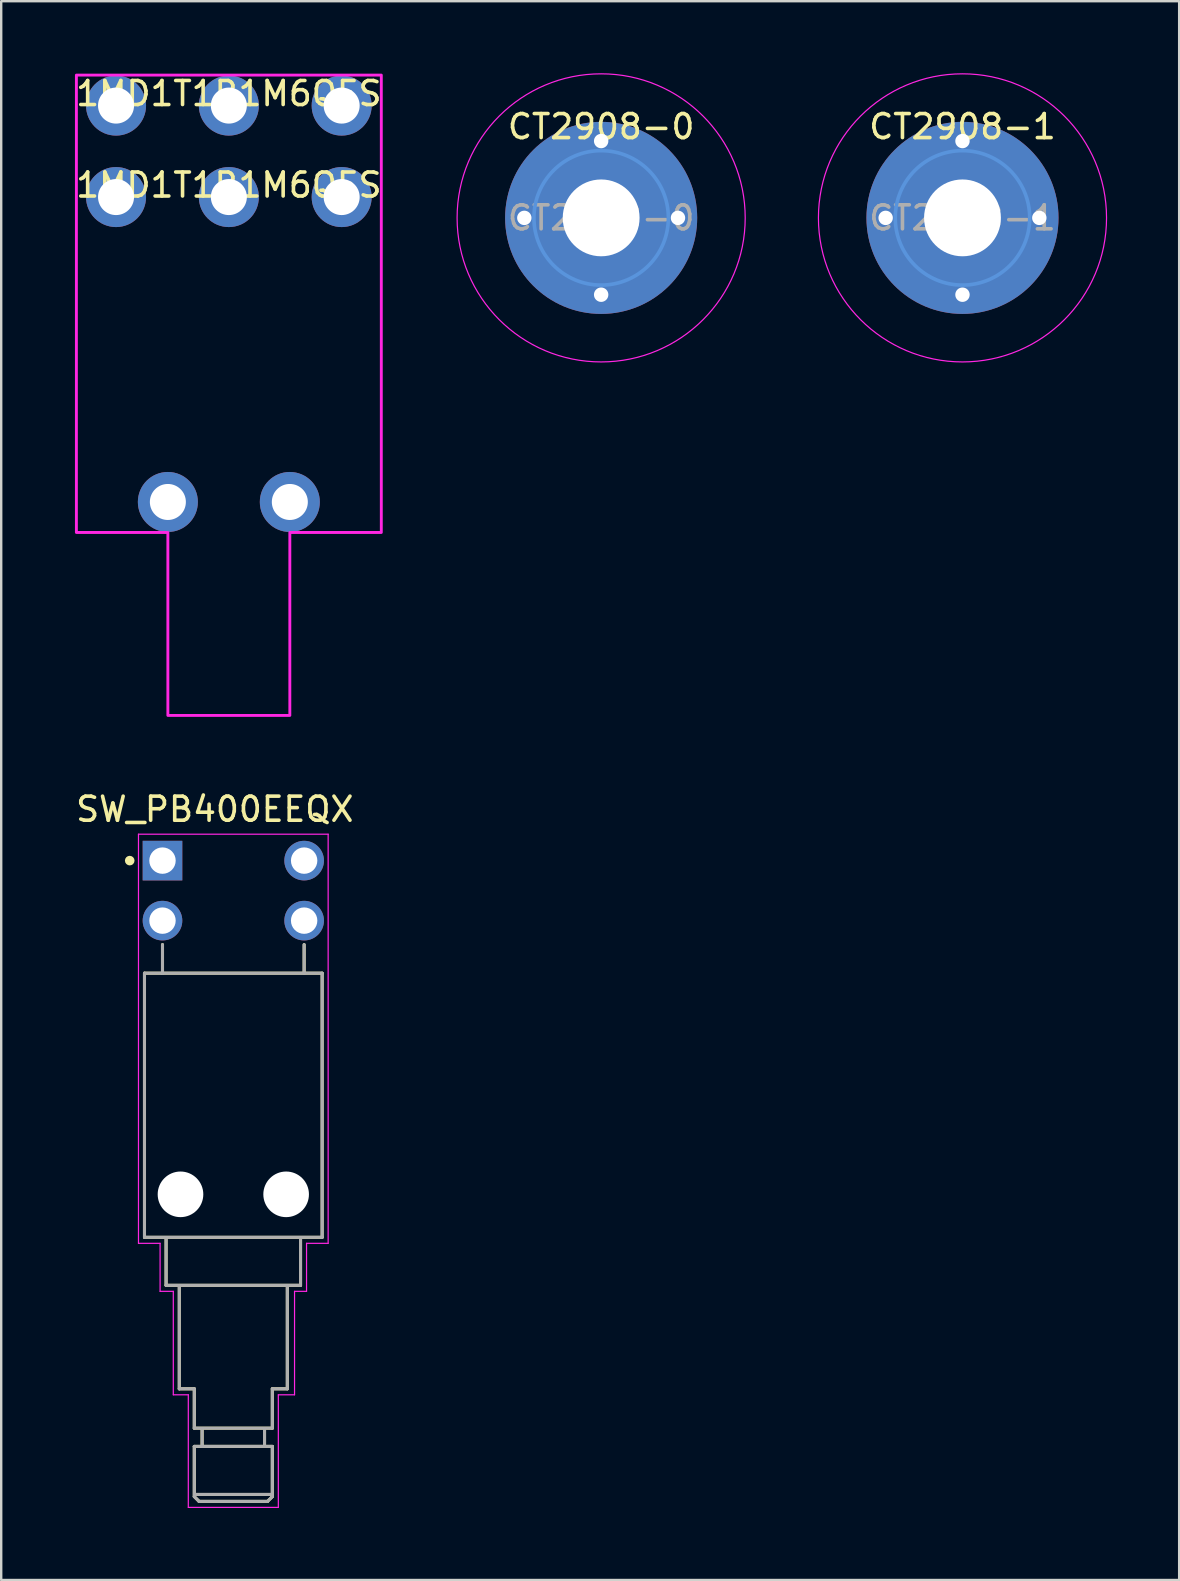
<source format=kicad_pcb>
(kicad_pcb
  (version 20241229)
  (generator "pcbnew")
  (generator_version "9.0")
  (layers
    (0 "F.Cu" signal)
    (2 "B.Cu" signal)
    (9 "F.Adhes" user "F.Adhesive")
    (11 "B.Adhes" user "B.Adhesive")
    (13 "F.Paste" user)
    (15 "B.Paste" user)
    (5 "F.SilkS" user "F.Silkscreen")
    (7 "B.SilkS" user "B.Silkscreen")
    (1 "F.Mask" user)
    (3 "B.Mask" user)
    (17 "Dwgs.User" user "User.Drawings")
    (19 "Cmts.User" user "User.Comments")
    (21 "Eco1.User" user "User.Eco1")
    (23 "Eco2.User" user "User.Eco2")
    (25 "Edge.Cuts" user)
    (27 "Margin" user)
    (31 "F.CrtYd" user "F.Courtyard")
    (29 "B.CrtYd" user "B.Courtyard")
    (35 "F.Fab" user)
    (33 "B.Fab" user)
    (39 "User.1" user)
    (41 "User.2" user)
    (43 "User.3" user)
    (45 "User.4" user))
  (footprint "CT2908-0"
    (layer "F.Cu")
    (at 21.989 6.025)
    (property "Reference" "CT2908-0" (at 0 -3.8 0) (layer "F.SilkS") (effects (font (size 1 1) (thickness 0.15))))
    (attr exclude_from_pos_files exclude_from_bom)
    (fp_circle (center 0 0) (end 2.8 0) (stroke (width 0.15) (type solid)) (fill no) (layer "Cmts.User"))
    (fp_circle (center 0 0) (end 6 0) (stroke (width 0.05) (type solid)) (fill no) (layer "F.CrtYd"))
    (fp_text user "${REFERENCE}" (at 0 0 0) (layer "F.Fab") (effects (font (size 1 1) (thickness 0.15))))
    (pad "1" thru_hole circle (at -3.2 0) (size 1.524 1.524) (drill 0.6) (layers "*.Cu" "*.Mask"))
    (pad "1" thru_hole circle (at 0 -3.2) (size 1.524 1.524) (drill 0.6) (layers "*.Cu" "*.Mask"))
    (pad "1" thru_hole circle (at 0 0) (size 8 8) (drill 3.2) (layers "*.Cu" "*.Mask"))
    (pad "1" thru_hole circle (at 0 3.2) (size 1.524 1.524) (drill 0.6) (layers "*.Cu" "*.Mask"))
    (pad "1" thru_hole circle (at 3.2 0) (size 1.524 1.524) (drill 0.6) (layers "*.Cu" "*.Mask")))
  (footprint "SW_PB400EEQX"
    (layer "F.Cu")
    (at 3.718 32.796)
    (property "Reference" "SW_PB400EEQX" (at 2.179 -2.139 0) (layer "F.SilkS") (effects (font (size 1.002 1.002) (thickness 0.15))))
    (attr through_hole)
    (fp_line (start -0.75 4.69) (end 0 4.69) (stroke (width 0.127) (type solid)) (layer "F.SilkS"))
    (fp_line (start -0.75 15.69) (end -0.75 4.69) (stroke (width 0.127) (type solid)) (layer "F.SilkS"))
    (fp_line (start 0 3.5) (end 0 4.69) (stroke (width 0.127) (type solid)) (layer "F.SilkS"))
    (fp_line (start 0 4.69) (end 5.9 4.69) (stroke (width 0.127) (type solid)) (layer "F.SilkS"))
    (fp_line (start 0.15 17.69) (end 0.15 15.7) (stroke (width 0.127) (type solid)) (layer "F.SilkS"))
    (fp_line (start 0.7 22) (end 0.7 17.7) (stroke (width 0.127) (type solid)) (layer "F.SilkS"))
    (fp_line (start 1.325 22) (end 0.7 22) (stroke (width 0.127) (type solid)) (layer "F.SilkS"))
    (fp_line (start 1.325 23.64) (end 1.325 22) (stroke (width 0.127) (type solid)) (layer "F.SilkS"))
    (fp_line (start 1.325 24.4) (end 1.325 26.49) (stroke (width 0.127) (type solid)) (layer "F.SilkS"))
    (fp_line (start 1.325 26.49) (end 1.525 26.69) (stroke (width 0.127) (type solid)) (layer "F.SilkS"))
    (fp_line (start 1.525 26.69) (end 4.375 26.69) (stroke (width 0.127) (type solid)) (layer "F.SilkS"))
    (fp_line (start 1.65 23.7) (end 1.65 24.4) (stroke (width 0.127) (type solid)) (layer "F.SilkS"))
    (fp_line (start 1.65 24.4) (end 1.325 24.4) (stroke (width 0.127) (type solid)) (layer "F.SilkS"))
    (fp_line (start 4.25 23.7) (end 4.25 24.4) (stroke (width 0.127) (type solid)) (layer "F.SilkS"))
    (fp_line (start 4.25 24.4) (end 1.65 24.4) (stroke (width 0.127) (type solid)) (layer "F.SilkS"))
    (fp_line (start 4.375 26.69) (end 4.575 26.49) (stroke (width 0.127) (type solid)) (layer "F.SilkS"))
    (fp_line (start 4.55 26.4) (end 1.35 26.4) (stroke (width 0.127) (type solid)) (layer "F.SilkS"))
    (fp_line (start 4.575 22) (end 4.575 23.64) (stroke (width 0.127) (type solid)) (layer "F.SilkS"))
    (fp_line (start 4.575 23.64) (end 1.325 23.64) (stroke (width 0.127) (type solid)) (layer "F.SilkS"))
    (fp_line (start 4.575 24.4) (end 4.25 24.4) (stroke (width 0.127) (type solid)) (layer "F.SilkS"))
    (fp_line (start 4.575 26.49) (end 4.575 24.4) (stroke (width 0.127) (type solid)) (layer "F.SilkS"))
    (fp_line (start 5.2 17.7) (end 5.2 22) (stroke (width 0.127) (type solid)) (layer "F.SilkS"))
    (fp_line (start 5.2 22) (end 4.575 22) (stroke (width 0.127) (type solid)) (layer "F.SilkS"))
    (fp_line (start 5.75 15.7) (end 5.75 17.69) (stroke (width 0.127) (type solid)) (layer "F.SilkS"))
    (fp_line (start 5.75 17.69) (end 0.15 17.69) (stroke (width 0.127) (type solid)) (layer "F.SilkS"))
    (fp_line (start 5.9 4.69) (end 5.9 3.5) (stroke (width 0.127) (type solid)) (layer "F.SilkS"))
    (fp_line (start 5.9 4.69) (end 6.65 4.69) (stroke (width 0.127) (type solid)) (layer "F.SilkS"))
    (fp_line (start 6.65 4.69) (end 6.65 15.69) (stroke (width 0.127) (type solid)) (layer "F.SilkS"))
    (fp_line (start 6.65 15.69) (end -0.75 15.69) (stroke (width 0.127) (type solid)) (layer "F.SilkS"))
    (fp_circle (center -1.365 0) (end -1.265 0) (stroke (width 0.2) (type solid)) (fill no) (layer "F.SilkS"))
    (fp_line (start -1 -1.1) (end 6.9 -1.1) (stroke (width 0.05) (type solid)) (layer "F.CrtYd"))
    (fp_line (start -1 15.94) (end -1 -1.1) (stroke (width 0.05) (type solid)) (layer "F.CrtYd"))
    (fp_line (start -0.1 15.94) (end -1 15.94) (stroke (width 0.05) (type solid)) (layer "F.CrtYd"))
    (fp_line (start -0.1 17.94) (end -0.1 15.94) (stroke (width 0.05) (type solid)) (layer "F.CrtYd"))
    (fp_line (start 0.45 17.94) (end -0.1 17.94) (stroke (width 0.05) (type solid)) (layer "F.CrtYd"))
    (fp_line (start 0.45 22.25) (end 0.45 17.94) (stroke (width 0.05) (type solid)) (layer "F.CrtYd"))
    (fp_line (start 1.075 22.25) (end 0.45 22.25) (stroke (width 0.05) (type solid)) (layer "F.CrtYd"))
    (fp_line (start 1.075 26.94) (end 1.075 22.25) (stroke (width 0.05) (type solid)) (layer "F.CrtYd"))
    (fp_line (start 4.825 22.25) (end 4.825 26.94) (stroke (width 0.05) (type solid)) (layer "F.CrtYd"))
    (fp_line (start 4.825 26.94) (end 1.075 26.94) (stroke (width 0.05) (type solid)) (layer "F.CrtYd"))
    (fp_line (start 5.5 17.94) (end 5.5 22.25) (stroke (width 0.05) (type solid)) (layer "F.CrtYd"))
    (fp_line (start 5.5 22.25) (end 4.825 22.25) (stroke (width 0.05) (type solid)) (layer "F.CrtYd"))
    (fp_line (start 6 15.94) (end 6 17.94) (stroke (width 0.05) (type solid)) (layer "F.CrtYd"))
    (fp_line (start 6 17.94) (end 5.5 17.94) (stroke (width 0.05) (type solid)) (layer "F.CrtYd"))
    (fp_line (start 6.9 -1.1) (end 6.9 15.94) (stroke (width 0.05) (type solid)) (layer "F.CrtYd"))
    (fp_line (start 6.9 15.94) (end 6 15.94) (stroke (width 0.05) (type solid)) (layer "F.CrtYd"))
    (fp_line (start -0.75 4.69) (end 0 4.69) (stroke (width 0.127) (type solid)) (layer "F.Fab"))
    (fp_line (start -0.75 15.69) (end -0.75 4.69) (stroke (width 0.127) (type solid)) (layer "F.Fab"))
    (fp_line (start 0 3.5) (end 0 4.69) (stroke (width 0.127) (type solid)) (layer "F.Fab"))
    (fp_line (start 0 4.69) (end 5.9 4.69) (stroke (width 0.127) (type solid)) (layer "F.Fab"))
    (fp_line (start 0.15 17.69) (end 0.15 15.7) (stroke (width 0.127) (type solid)) (layer "F.Fab"))
    (fp_line (start 0.7 22) (end 0.7 17.7) (stroke (width 0.127) (type solid)) (layer "F.Fab"))
    (fp_line (start 1.325 22) (end 0.7 22) (stroke (width 0.127) (type solid)) (layer "F.Fab"))
    (fp_line (start 1.325 23.64) (end 1.325 22) (stroke (width 0.127) (type solid)) (layer "F.Fab"))
    (fp_line (start 1.325 24.4) (end 1.325 26.49) (stroke (width 0.127) (type solid)) (layer "F.Fab"))
    (fp_line (start 1.325 26.49) (end 1.525 26.69) (stroke (width 0.127) (type solid)) (layer "F.Fab"))
    (fp_line (start 1.525 26.69) (end 4.375 26.69) (stroke (width 0.127) (type solid)) (layer "F.Fab"))
    (fp_line (start 1.65 23.7) (end 1.65 24.4) (stroke (width 0.127) (type solid)) (layer "F.Fab"))
    (fp_line (start 1.65 24.4) (end 1.325 24.4) (stroke (width 0.127) (type solid)) (layer "F.Fab"))
    (fp_line (start 4.25 23.7) (end 4.25 24.4) (stroke (width 0.127) (type solid)) (layer "F.Fab"))
    (fp_line (start 4.25 24.4) (end 1.65 24.4) (stroke (width 0.127) (type solid)) (layer "F.Fab"))
    (fp_line (start 4.375 26.69) (end 4.575 26.49) (stroke (width 0.127) (type solid)) (layer "F.Fab"))
    (fp_line (start 4.55 26.4) (end 1.35 26.4) (stroke (width 0.127) (type solid)) (layer "F.Fab"))
    (fp_line (start 4.575 22) (end 4.575 23.64) (stroke (width 0.127) (type solid)) (layer "F.Fab"))
    (fp_line (start 4.575 23.64) (end 1.325 23.64) (stroke (width 0.127) (type solid)) (layer "F.Fab"))
    (fp_line (start 4.575 24.4) (end 4.25 24.4) (stroke (width 0.127) (type solid)) (layer "F.Fab"))
    (fp_line (start 4.575 26.49) (end 4.575 24.4) (stroke (width 0.127) (type solid)) (layer "F.Fab"))
    (fp_line (start 5.2 17.7) (end 5.2 22) (stroke (width 0.127) (type solid)) (layer "F.Fab"))
    (fp_line (start 5.2 22) (end 4.575 22) (stroke (width 0.127) (type solid)) (layer "F.Fab"))
    (fp_line (start 5.75 15.7) (end 5.75 17.69) (stroke (width 0.127) (type solid)) (layer "F.Fab"))
    (fp_line (start 5.75 17.69) (end 0.15 17.69) (stroke (width 0.127) (type solid)) (layer "F.Fab"))
    (fp_line (start 5.9 4.69) (end 5.9 3.5) (stroke (width 0.127) (type solid)) (layer "F.Fab"))
    (fp_line (start 5.9 4.69) (end 6.65 4.69) (stroke (width 0.127) (type solid)) (layer "F.Fab"))
    (fp_line (start 6.65 4.69) (end 6.65 15.69) (stroke (width 0.127) (type solid)) (layer "F.Fab"))
    (fp_line (start 6.65 15.69) (end -0.75 15.69) (stroke (width 0.127) (type solid)) (layer "F.Fab"))
    (pad "" np_thru_hole circle (at 0.75 13.9) (size 1.9 1.9) (drill 1.9) (layers "*.Cu" "*.Mask"))
    (pad "" np_thru_hole circle (at 5.15 13.9) (size 1.9 1.9) (drill 1.9) (layers "*.Cu" "*.Mask"))
    (pad "1" thru_hole rect (at 0 0) (size 1.65 1.65) (drill 1.1) (layers "*.Cu" "*.Mask"))
    (pad "2" thru_hole circle (at 0 2.5) (size 1.65 1.65) (drill 1.1) (layers "*.Cu" "*.Mask"))
    (pad "3" thru_hole circle (at 5.9 0) (size 1.65 1.65) (drill 1.1) (layers "*.Cu" "*.Mask"))
    (pad "4" thru_hole circle (at 5.9 2.5) (size 1.65 1.65) (drill 1.1) (layers "*.Cu" "*.Mask")))
  (footprint "CT2908-1"
    (layer "F.Cu")
    (at 37.039 6.025)
    (property "Reference" "CT2908-1" (at 0 -3.8 0) (layer "F.SilkS") (effects (font (size 1 1) (thickness 0.15))))
    (attr exclude_from_pos_files exclude_from_bom)
    (fp_circle (center 0 0) (end 2.8 0) (stroke (width 0.15) (type solid)) (fill no) (layer "Cmts.User"))
    (fp_circle (center 0 0) (end 6 0) (stroke (width 0.05) (type solid)) (fill no) (layer "F.CrtYd"))
    (fp_text user "${REFERENCE}" (at 0 0 0) (layer "F.Fab") (effects (font (size 1 1) (thickness 0.15))))
    (pad "1" thru_hole circle (at -3.2 0) (size 1.524 1.524) (drill 0.6) (layers "*.Cu" "*.Mask"))
    (pad "1" thru_hole circle (at 0 -3.2) (size 1.524 1.524) (drill 0.6) (layers "*.Cu" "*.Mask"))
    (pad "1" thru_hole circle (at 0 0) (size 8 8) (drill 3.2) (layers "*.Cu" "*.Mask"))
    (pad "1" thru_hole circle (at 0 3.2) (size 1.524 1.524) (drill 0.6) (layers "*.Cu" "*.Mask"))
    (pad "1" thru_hole circle (at 3.2 0) (size 1.524 1.524) (drill 0.6) (layers "*.Cu" "*.Mask")))
  (footprint "1MD1T1B1M6QES"
    (layer "F.Cu")
    (at 6.482 5.158)
    (property "Reference" "1MD1T1B1M6QES" (at 0 -0.5 0) (unlocked yes) (layer "F.SilkS") (effects (font (size 1 1) (thickness 0.15))))
    (attr through_hole)
    (fp_poly (pts (xy 2.54 13.97) (xy 6.35 13.97) (xy 6.35 -5.08) (xy -6.35 -5.08) (xy -6.35 13.97) (xy -2.54 13.97) (xy -2.54 21.59) (xy 2.54 21.59)) (stroke (width 0.12) (type solid)) (fill no) (layer "F.CrtYd"))
    (fp_text user "${REFERENCE}" (at 0 -4.31 0) (unlocked yes) (layer "F.SilkS") (effects (font (size 1 1) (thickness 0.15))))
    (pad "" np_thru_hole circle (at -2.54 12.7) (size 2.5 2.5) (drill 1.5) (layers "*.Cu" "*.Mask"))
    (pad "" np_thru_hole circle (at 2.54 12.7) (size 2.5 2.5) (drill 1.5) (layers "*.Cu" "*.Mask"))
    (pad "1" thru_hole circle (at 4.699 0) (size 2.5 2.5) (drill 1.5) (layers "*.Cu" "*.Mask"))
    (pad "2" thru_hole circle (at 0 0) (size 2.5 2.5) (drill 1.5) (layers "*.Cu" "*.Mask"))
    (pad "3" thru_hole circle (at -4.699 0) (size 2.5 2.5) (drill 1.5) (layers "*.Cu" "*.Mask"))
    (pad "4" thru_hole circle (at 4.699 -3.81) (size 2.5 2.5) (drill 1.5) (layers "*.Cu" "*.Mask"))
    (pad "5" thru_hole circle (at 0 -3.81) (size 2.5 2.5) (drill 1.5) (layers "*.Cu" "*.Mask"))
    (pad "6" thru_hole circle (at -4.699 -3.81) (size 2.5 2.5) (drill 1.5) (layers "*.Cu" "*.Mask")))
  (gr_rect
    (start -3 -3)
    (end 46.064 62.761)
    (stroke (width 0.1) (type default))
    (fill no)
    (layer "Edge.Cuts")))
</source>
